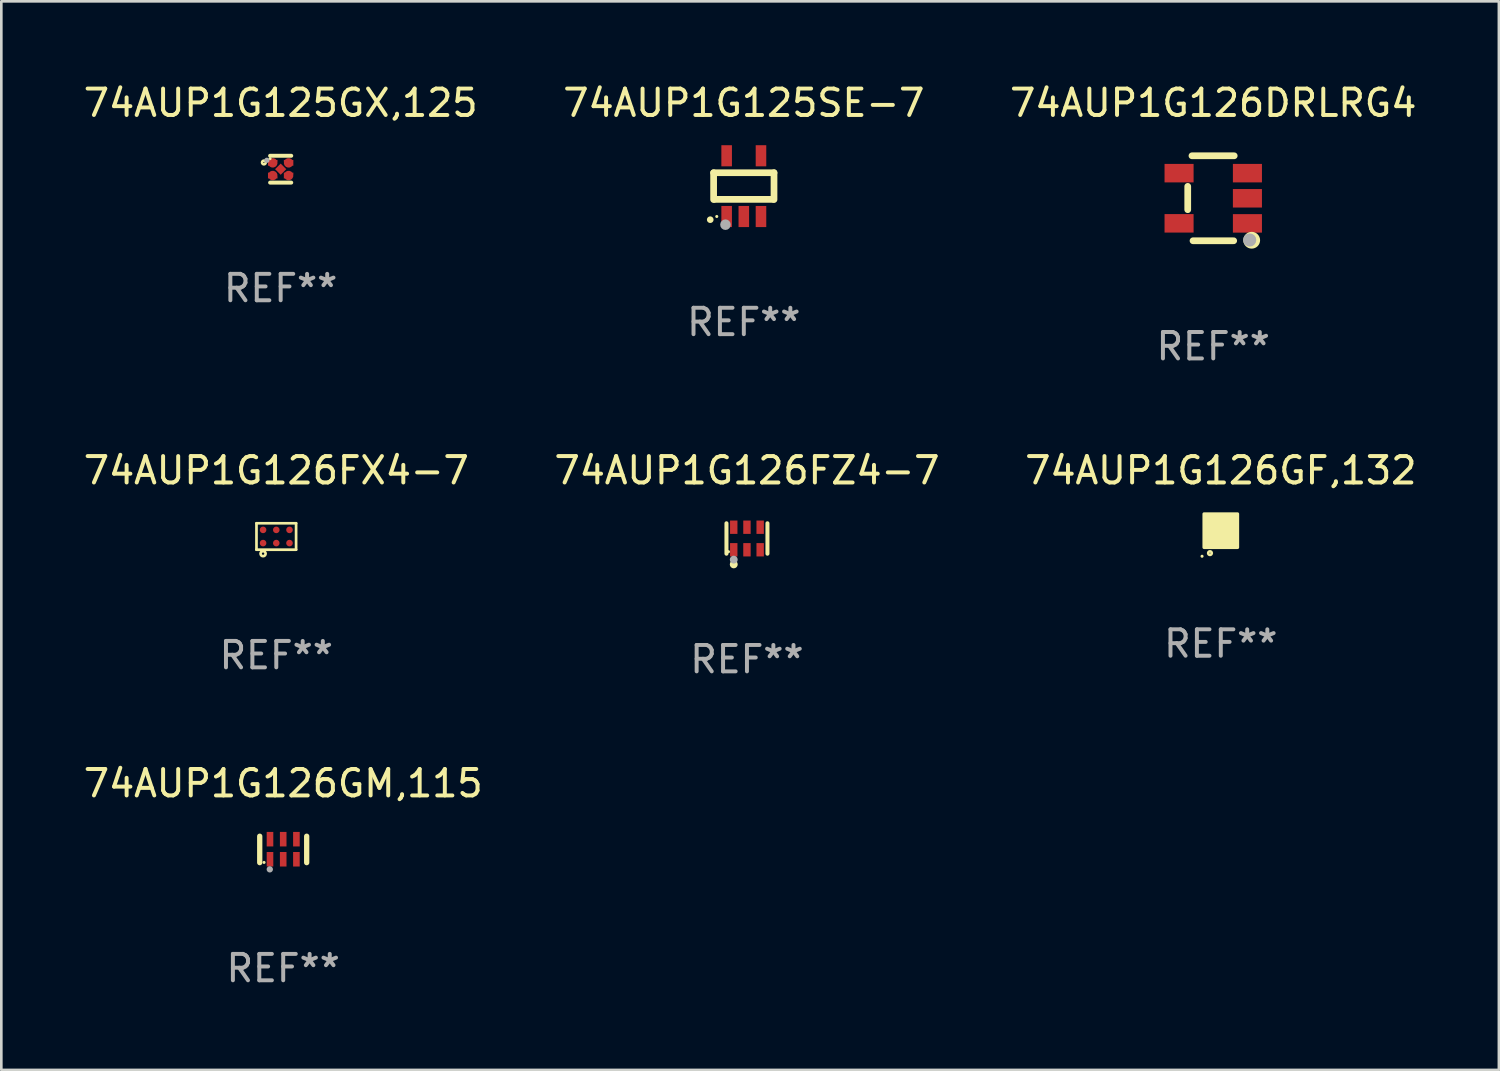
<source format=kicad_pcb>
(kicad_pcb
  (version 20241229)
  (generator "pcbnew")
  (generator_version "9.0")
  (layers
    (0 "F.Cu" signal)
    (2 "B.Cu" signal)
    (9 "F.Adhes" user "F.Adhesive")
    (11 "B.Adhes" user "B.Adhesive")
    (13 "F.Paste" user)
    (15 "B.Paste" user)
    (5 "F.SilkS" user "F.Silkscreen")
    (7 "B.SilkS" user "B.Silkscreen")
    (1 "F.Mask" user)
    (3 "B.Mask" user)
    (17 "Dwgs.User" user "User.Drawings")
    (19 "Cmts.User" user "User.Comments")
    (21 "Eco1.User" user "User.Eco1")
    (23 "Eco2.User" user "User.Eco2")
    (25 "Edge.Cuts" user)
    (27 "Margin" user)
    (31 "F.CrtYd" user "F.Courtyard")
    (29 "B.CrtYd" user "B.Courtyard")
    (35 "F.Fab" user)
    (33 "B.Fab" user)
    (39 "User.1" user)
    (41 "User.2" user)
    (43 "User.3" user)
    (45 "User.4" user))
  (footprint "74AUP1G126GM,115"
    (layer "F.Cu")
    (at 7.673 29.112)
    (property "Reference" "74AUP1G126GM,115" (at 0 -2.5 0) (layer "F.SilkS") (effects (font (size 1 1) (thickness 0.15))))
    (attr through_hole)
    (fp_line (start -0.889 0.5) (end -0.889 -0.5) (stroke (width 0.2) (type solid)) (layer "F.SilkS"))
    (fp_line (start 0.889 0.5) (end 0.889 -0.5) (stroke (width 0.2) (type solid)) (layer "F.SilkS"))
    (fp_circle (center -0.725 0.492) (end -0.695 0.492) (stroke (width 0.06) (type solid)) (fill no) (layer "F.SilkS"))
    (fp_circle (center -0.508 0.754) (end -0.448 0.754) (stroke (width 0.12) (type solid)) (fill no) (layer "F.Fab"))
    (fp_text user "REF**" (at 0 4.5 0) (layer "F.Fab") (effects (font (size 1 1) (thickness 0.15))))
    (pad "1" smd rect (at -0.5 0.372) (size 0.25 0.55) (layers "F.Cu" "F.Mask" "F.Paste"))
    (pad "2" smd rect (at -0.000127 0.372) (size 0.25 0.55) (layers "F.Cu" "F.Mask" "F.Paste"))
    (pad "3" smd rect (at 0.5 0.372) (size 0.25 0.55) (layers "F.Cu" "F.Mask" "F.Paste"))
    (pad "4" smd rect (at 0.5 -0.388 180) (size 0.25 0.55) (layers "F.Cu" "F.Mask" "F.Paste"))
    (pad "5" smd rect (at -0.000127 -0.388 180) (size 0.25 0.55) (layers "F.Cu" "F.Mask" "F.Paste"))
    (pad "6" smd rect (at -0.5 -0.388 180) (size 0.25 0.55) (layers "F.Cu" "F.Mask" "F.Paste")))
  (footprint "74AUP1G126DRLRG4"
    (layer "F.Cu")
    (at 42.887 4.457)
    (property "Reference" "74AUP1G126DRLRG4" (at 0 -3.609 0) (layer "F.SilkS") (effects (font (size 1 1) (thickness 0.15))))
    (attr through_hole)
    (fp_line (start -0.966 0.433) (end -0.966 -0.451) (stroke (width 0.254) (type solid)) (layer "F.SilkS"))
    (fp_line (start -0.806 -1.609) (end 0.794 -1.609) (stroke (width 0.254) (type solid)) (layer "F.SilkS"))
    (fp_line (start -0.766 1.609) (end 0.774 1.609) (stroke (width 0.254) (type solid)) (layer "F.SilkS"))
    (fp_circle (center 1.4 1.45) (end 1.43 1.45) (stroke (width 0.06) (type solid)) (fill no) (layer "F.SilkS"))
    (fp_circle (center 1.456 1.589) (end 1.52 1.589) (stroke (width 0.254) (type solid)) (fill no) (layer "F.SilkS"))
    (fp_circle (center 1.38 1.58) (end 1.505 1.58) (stroke (width 0.25) (type solid)) (fill no) (layer "F.Fab"))
    (fp_text user "REF**" (at 0 5.609 0) (layer "F.Fab") (effects (font (size 1 1) (thickness 0.15))))
    (pad "1" smd rect (at 1.294 0.951) (size 1.1 0.7) (layers "F.Cu" "F.Mask" "F.Paste"))
    (pad "2" smd rect (at 1.294 0.001) (size 1.1 0.7) (layers "F.Cu" "F.Mask" "F.Paste"))
    (pad "3" smd rect (at 1.294 -0.951) (size 1.1 0.7) (layers "F.Cu" "F.Mask" "F.Paste"))
    (pad "4" smd rect (at -1.294 -0.951 180) (size 1.1 0.7) (layers "F.Cu" "F.Mask" "F.Paste"))
    (pad "5" smd rect (at -1.294 0.949 180) (size 1.1 0.7) (layers "F.Cu" "F.Mask" "F.Paste")))
  (footprint "74AUP1G125SE-7"
    (layer "F.Cu")
    (at 25.113 3.998)
    (property "Reference" "74AUP1G125SE-7" (at 0 -3.15 0) (layer "F.SilkS") (effects (font (size 1 1) (thickness 0.15))))
    (attr through_hole)
    (fp_line (start -1.143 -0.508) (end -1.143 0.508) (stroke (width 0.254) (type solid)) (layer "F.SilkS"))
    (fp_line (start -1.1 0.5) (end 1.1 0.5) (stroke (width 0.254) (type solid)) (layer "F.SilkS"))
    (fp_line (start 1.143 -0.508) (end -1.143 -0.508) (stroke (width 0.254) (type solid)) (layer "F.SilkS"))
    (fp_line (start 1.143 0.508) (end 1.143 -0.508) (stroke (width 0.254) (type solid)) (layer "F.SilkS"))
    (fp_arc (start -1.272543 1.26999) (mid -1.271273 1.269983) (end -1.270003 1.26999) (stroke (width 0.24892) (type solid)) (layer "F.SilkS"))
    (fp_circle (center -1.024 1.149) (end -0.994 1.149) (stroke (width 0.06) (type solid)) (fill no) (layer "F.SilkS"))
    (fp_circle (center -0.695 1.459) (end -0.595 1.459) (stroke (width 0.2) (type solid)) (fill no) (layer "F.Fab"))
    (fp_text user "REF**" (at 0 5.15 0) (layer "F.Fab") (effects (font (size 1 1) (thickness 0.15))))
    (pad "1" smd rect (at -0.65 1.15) (size 0.4 0.8) (layers "F.Cu" "F.Mask" "F.Paste"))
    (pad "2" smd rect (at 0 1.15) (size 0.4 0.8) (layers "F.Cu" "F.Mask" "F.Paste"))
    (pad "3" smd rect (at 0.65 1.15) (size 0.4 0.8) (layers "F.Cu" "F.Mask" "F.Paste"))
    (pad "4" smd rect (at 0.65 -1.15) (size 0.4 0.8) (layers "F.Cu" "F.Mask" "F.Paste"))
    (pad "5" smd rect (at -0.65 -1.15) (size 0.4 0.8) (layers "F.Cu" "F.Mask" "F.Paste")))
  (footprint "74AUP1G125GX,125"
    (layer "F.Cu")
    (at 7.577 3.356)
    (property "Reference" "74AUP1G125GX,125" (at 0 -2.508 0) (layer "F.SilkS") (effects (font (size 1 1) (thickness 0.15))))
    (attr through_hole)
    (fp_line (start 0.4 -0.508) (end -0.4 -0.508) (stroke (width 0.15) (type solid)) (layer "F.SilkS"))
    (fp_line (start 0.4 0.508) (end -0.4 0.508) (stroke (width 0.15) (type solid)) (layer "F.SilkS"))
    (fp_circle (center -0.635 -0.254) (end -0.615 -0.254) (stroke (width 0.1) (type solid)) (fill no) (layer "F.SilkS"))
    (fp_circle (center -0.401 -0.4) (end -0.371 -0.4) (stroke (width 0.06) (type solid)) (fill no) (layer "F.SilkS"))
    (fp_circle (center -0.523 -0.337) (end -0.473 -0.337) (stroke (width 0.1) (type solid)) (fill no) (layer "F.Fab"))
    (fp_text user "REF**" (at 0 4.508 0) (layer "F.Fab") (effects (font (size 1 1) (thickness 0.15))))
    (pad "1" smd custom (at -0.3 -0.24) (size 0.36 0.22) (layers "F.Cu" "F.Mask" "F.Paste") (options (anchor circle)) (primitives (gr_poly (pts (xy -0.18 -0.11) (xy -0.18 0.11) (xy 0.000127 0.11) (xy 0.18 -0.03) (xy 0.18 -0.11) (xy -0.18 -0.11)) (width 0) (fill yes))))
    (pad "2" smd custom (at -0.3 0.24) (size 0.36 0.22) (layers "F.Cu" "F.Mask" "F.Paste") (options (anchor circle)) (primitives (gr_poly (pts (xy -0.18 0.11) (xy -0.18 -0.11) (xy 0.000127 -0.11) (xy 0.18 0.03) (xy 0.18 0.11) (xy -0.18 0.11)) (width 0) (fill yes))))
    (pad "3" smd rect (at 0.000102 -0.000127 45) (size 0.3 0.3) (layers "F.Cu" "F.Mask" "F.Paste"))
    (pad "4" smd custom (at 0.3 0.24 180) (size 0.36 0.22) (layers "F.Cu" "F.Mask" "F.Paste") (options (anchor circle)) (primitives (gr_poly (pts (xy 0.18 0.11) (xy 0.18 -0.11) (xy -0.000178 -0.11) (xy -0.18 0.03) (xy -0.18 0.11) (xy 0.18 0.11)) (width 0) (fill yes))))
    (pad "5" smd custom (at 0.3 -0.24) (size 0.36 0.22) (layers "F.Cu" "F.Mask" "F.Paste") (options (anchor circle)) (primitives (gr_poly (pts (xy 0.18 -0.11) (xy 0.18 0.11) (xy -0.000152 0.11) (xy -0.18 -0.03) (xy -0.18 -0.11) (xy 0.18 -0.11)) (width 0) (fill yes)))))
  (footprint "74AUP1G126GF,132"
    (layer "F.Cu")
    (at 43.173 17.043)
    (property "Reference" "74AUP1G126GF,132" (at 0 -2.28 0) (layer "F.SilkS") (effects (font (size 1 1) (thickness 0.15))))
    (attr through_hole)
    (fp_circle (center -0.71 0.968) (end -0.68 0.968) (stroke (width 0.06) (type solid)) (fill no) (layer "F.SilkS"))
    (fp_circle (center -0.41 0.85) (end -0.342 0.85) (stroke (width 0.1) (type solid)) (fill no) (layer "F.SilkS"))
    (fp_poly (pts (xy -0.635 -0.635) (xy 0.635 -0.635) (xy 0.635 0.635) (xy -0.635 0.635)) (stroke (width 0.12) (type solid)) (fill yes) (layer "F.SilkS"))
    (fp_text user "REF**" (at 0 4.28 0) (layer "F.Fab") (effects (font (size 1 1) (thickness 0.15))))
    (pad "1" smd rect (at -0.35 0.28 90) (size 0.35 0.2) (layers "F.Cu" "F.Mask" "F.Paste"))
    (pad "2" smd rect (at 0 0.28 90) (size 0.35 0.2) (layers "F.Cu" "F.Mask" "F.Paste"))
    (pad "3" smd rect (at 0.35 0.28 90) (size 0.35 0.2) (layers "F.Cu" "F.Mask" "F.Paste"))
    (pad "4" smd rect (at 0.35 -0.28 90) (size 0.35 0.2) (layers "F.Cu" "F.Mask" "F.Paste"))
    (pad "5" smd rect (at 0 -0.28 90) (size 0.35 0.2) (layers "F.Cu" "F.Mask" "F.Paste"))
    (pad "6" smd rect (at -0.35 -0.28 90) (size 0.35 0.2) (layers "F.Cu" "F.Mask" "F.Paste")))
  (footprint "74AUP1G126FZ4-7"
    (layer "F.Cu")
    (at 25.232 17.339)
    (property "Reference" "74AUP1G126FZ4-7" (at 0 -2.576 0) (layer "F.SilkS") (effects (font (size 1 1) (thickness 0.15))))
    (attr through_hole)
    (fp_line (start -0.776 0.576) (end -0.776 -0.576) (stroke (width 0.152) (type solid)) (layer "F.SilkS"))
    (fp_line (start 0.776 0.576) (end 0.776 -0.576) (stroke (width 0.152) (type solid)) (layer "F.SilkS"))
    (fp_circle (center -0.7 0.5) (end -0.67 0.5) (stroke (width 0.06) (type solid)) (fill no) (layer "F.SilkS"))
    (fp_circle (center -0.5 0.98) (end -0.425 0.98) (stroke (width 0.15) (type solid)) (fill no) (layer "F.SilkS"))
    (fp_circle (center -0.5 0.8) (end -0.425 0.8) (stroke (width 0.15) (type solid)) (fill no) (layer "F.Fab"))
    (fp_text user "REF**" (at 0 4.576 0) (layer "F.Fab") (effects (font (size 1 1) (thickness 0.15))))
    (pad "1" smd rect (at -0.5 0.427) (size 0.28 0.505) (layers "F.Cu" "F.Mask" "F.Paste"))
    (pad "2" smd rect (at 0 0.427) (size 0.28 0.505) (layers "F.Cu" "F.Mask" "F.Paste"))
    (pad "3" smd rect (at 0.5 0.427) (size 0.28 0.505) (layers "F.Cu" "F.Mask" "F.Paste"))
    (pad "4" smd rect (at 0.5 -0.427) (size 0.28 0.505) (layers "F.Cu" "F.Mask" "F.Paste"))
    (pad "5" smd rect (at 0 -0.427) (size 0.28 0.505) (layers "F.Cu" "F.Mask" "F.Paste"))
    (pad "6" smd rect (at -0.5 -0.427) (size 0.28 0.505) (layers "F.Cu" "F.Mask" "F.Paste")))
  (footprint "74AUP1G126FX4-7"
    (layer "F.Cu")
    (at 7.411 17.263)
    (property "Reference" "74AUP1G126FX4-7" (at 0 -2.5 0) (layer "F.SilkS") (effects (font (size 1 1) (thickness 0.15))))
    (attr through_hole)
    (fp_line (start -0.75 -0.5) (end 0.75 -0.5) (stroke (width 0.102) (type solid)) (layer "F.SilkS"))
    (fp_line (start -0.75 0.5) (end -0.75 -0.5) (stroke (width 0.102) (type solid)) (layer "F.SilkS"))
    (fp_line (start -0.75 0.5) (end 0.75 0.5) (stroke (width 0.102) (type solid)) (layer "F.SilkS"))
    (fp_line (start 0.75 -0.5) (end 0.75 0.5) (stroke (width 0.102) (type solid)) (layer "F.SilkS"))
    (fp_circle (center -0.5 0.65) (end -0.455 0.65) (stroke (width 0.102) (type solid)) (fill no) (layer "F.SilkS"))
    (fp_text user "REF**" (at 0 4.5 0) (layer "F.Fab") (effects (font (size 1 1) (thickness 0.15))))
    (pad "1" smd circle (at -0.5 0.25) (size 0.25 0.25) (layers "F.Cu" "F.Mask" "F.Paste"))
    (pad "2" smd circle (at 0 0.25) (size 0.25 0.25) (layers "F.Cu" "F.Mask" "F.Paste"))
    (pad "3" smd circle (at 0.5 0.25) (size 0.25 0.25) (layers "F.Cu" "F.Mask" "F.Paste"))
    (pad "4" smd circle (at 0.5 -0.25) (size 0.25 0.25) (layers "F.Cu" "F.Mask" "F.Paste"))
    (pad "5" smd circle (at 0 -0.25) (size 0.25 0.25) (layers "F.Cu" "F.Mask" "F.Paste"))
    (pad "6" smd circle (at -0.5 -0.25) (size 0.25 0.25) (layers "F.Cu" "F.Mask" "F.Paste")))
  (gr_rect
    (start -3 -3)
    (end 53.702 37.46)
    (stroke (width 0.1) (type default))
    (fill no)
    (layer "Edge.Cuts")))
</source>
